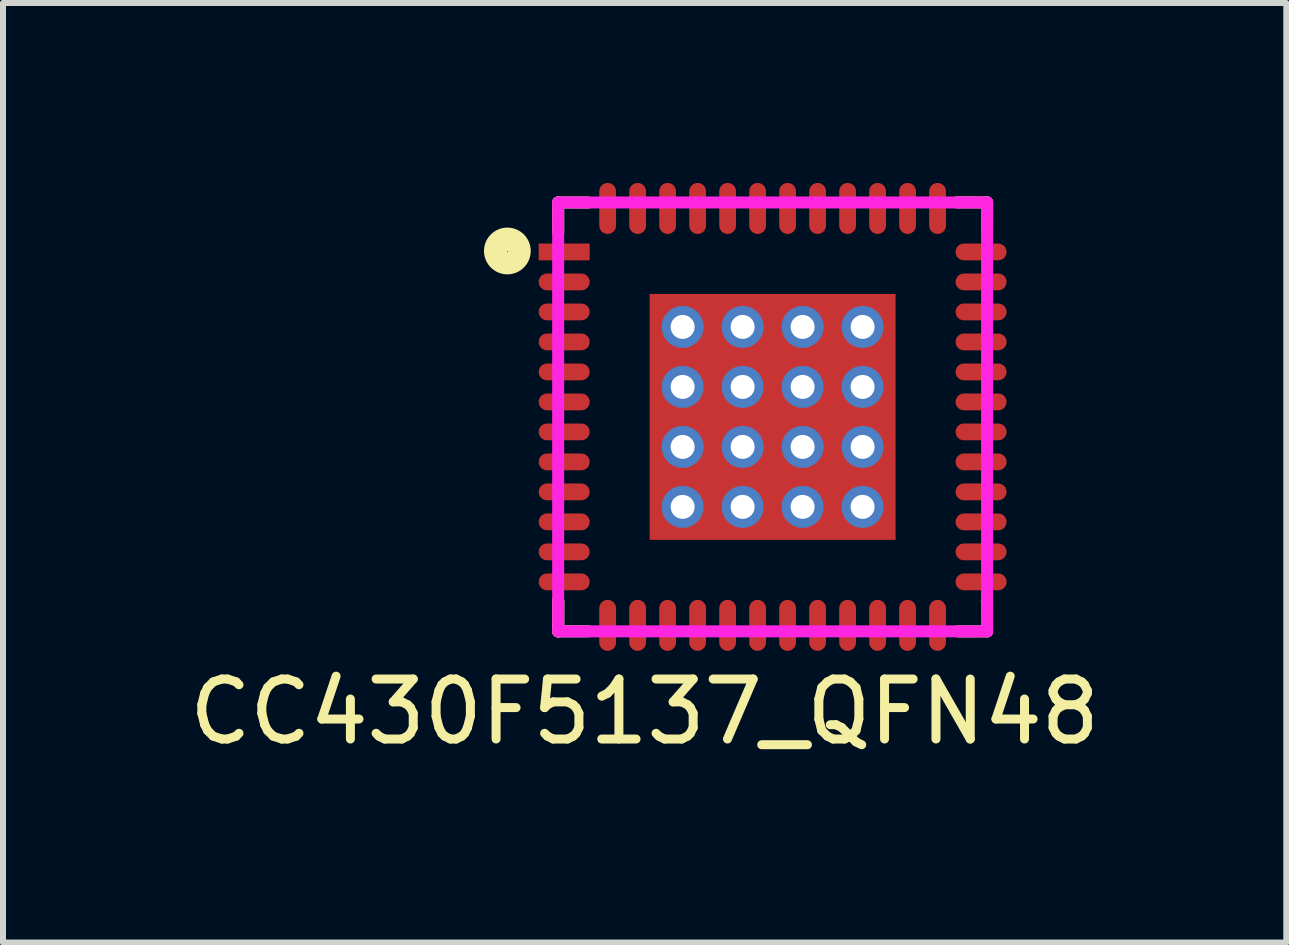
<source format=kicad_pcb>
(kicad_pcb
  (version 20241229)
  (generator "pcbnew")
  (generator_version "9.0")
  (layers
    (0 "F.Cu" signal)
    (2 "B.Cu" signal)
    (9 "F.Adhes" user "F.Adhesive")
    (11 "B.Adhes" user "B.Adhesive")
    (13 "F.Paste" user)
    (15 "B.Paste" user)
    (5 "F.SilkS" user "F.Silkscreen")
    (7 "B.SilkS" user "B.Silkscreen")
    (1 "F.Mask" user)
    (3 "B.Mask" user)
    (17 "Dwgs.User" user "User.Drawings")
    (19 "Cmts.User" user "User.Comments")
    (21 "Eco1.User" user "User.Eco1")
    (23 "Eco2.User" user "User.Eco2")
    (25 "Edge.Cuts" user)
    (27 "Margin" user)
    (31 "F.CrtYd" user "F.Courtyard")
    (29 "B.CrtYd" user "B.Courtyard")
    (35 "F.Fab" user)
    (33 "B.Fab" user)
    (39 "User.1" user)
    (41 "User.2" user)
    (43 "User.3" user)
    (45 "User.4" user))
  (footprint "CC430F5137_QFN48"
    (layer "F.Cu")
    (at 9.83 3.9)
    (property "Reference" "CC430F5137_QFN48" (at -2.134 4.915 0) (layer "F.SilkS") (effects (font (size 1 1) (thickness 0.15))))
    (attr through_hole)
    (fp_line (start -3.575 -3.575) (end -3.574 -3.081) (stroke (width 0.2) (type solid)) (layer "F.SilkS"))
    (fp_line (start -3.575 -3.575) (end -3.071 -3.574) (stroke (width 0.2) (type solid)) (layer "F.SilkS"))
    (fp_line (start -3.575 3.575) (end -3.574 3.066) (stroke (width 0.2) (type solid)) (layer "F.SilkS"))
    (fp_line (start -3.575 3.575) (end -3.068 3.574) (stroke (width 0.2) (type solid)) (layer "F.SilkS"))
    (fp_line (start -3.574 3.066) (end -3.575 3.575) (stroke (width 0.2) (type solid)) (layer "F.SilkS"))
    (fp_line (start 3.574 -3.091) (end 3.575 -3.575) (stroke (width 0.2) (type solid)) (layer "F.SilkS"))
    (fp_line (start 3.574 3.071) (end 3.571 3.068) (stroke (width 0.2) (type solid)) (layer "F.SilkS"))
    (fp_line (start 3.575 -3.575) (end 3.073 -3.576) (stroke (width 0.2) (type solid)) (layer "F.SilkS"))
    (fp_line (start 3.575 -3.575) (end 3.574 -3.091) (stroke (width 0.2) (type solid)) (layer "F.SilkS"))
    (fp_line (start 3.575 3.575) (end 3.091 3.576) (stroke (width 0.2) (type solid)) (layer "F.SilkS"))
    (fp_line (start 3.575 3.575) (end 3.574 3.071) (stroke (width 0.2) (type solid)) (layer "F.SilkS"))
    (fp_circle (center -4.422 -2.766) (end -4.148 -2.672) (stroke (width 0.2) (type solid)) (fill no) (layer "F.SilkS"))
    (fp_circle (center -4.422 -2.756) (end -4.305 -2.743) (stroke (width 0.2) (type solid)) (fill no) (layer "F.SilkS"))
    (fp_circle (center -4.42 -2.756) (end -4.415 -2.751) (stroke (width 0.2) (type solid)) (fill no) (layer "F.SilkS"))
    (fp_line (start -3.575 -3.575) (end 3.575 -3.575) (stroke (width 0.2) (type solid)) (layer "F.CrtYd"))
    (fp_line (start -3.575 3.575) (end -3.575 -3.575) (stroke (width 0.2) (type solid)) (layer "F.CrtYd"))
    (fp_line (start 3.575 -3.575) (end 3.575 3.575) (stroke (width 0.2) (type solid)) (layer "F.CrtYd"))
    (fp_line (start 3.575 3.575) (end -3.575 3.575) (stroke (width 0.2) (type solid)) (layer "F.CrtYd"))
    (pad "1" smd rect (at -3.475 -2.75) (size 0.85 0.28) (layers "F.Cu" "F.Mask" "F.Paste"))
    (pad "2" smd oval (at -3.475 -2.25) (size 0.85 0.28) (layers "F.Cu" "F.Mask" "F.Paste"))
    (pad "3" smd oval (at -3.475 -1.75) (size 0.85 0.28) (layers "F.Cu" "F.Mask" "F.Paste"))
    (pad "4" smd oval (at -3.475 -1.25) (size 0.85 0.28) (layers "F.Cu" "F.Mask" "F.Paste"))
    (pad "5" smd oval (at -3.475 -0.75) (size 0.85 0.28) (layers "F.Cu" "F.Mask" "F.Paste"))
    (pad "6" smd oval (at -3.475 -0.25) (size 0.85 0.28) (layers "F.Cu" "F.Mask" "F.Paste"))
    (pad "7" smd oval (at -3.475 0.25) (size 0.85 0.28) (layers "F.Cu" "F.Mask" "F.Paste"))
    (pad "8" smd oval (at -3.475 0.75) (size 0.85 0.28) (layers "F.Cu" "F.Mask" "F.Paste"))
    (pad "9" smd oval (at -3.475 1.25) (size 0.85 0.28) (layers "F.Cu" "F.Mask" "F.Paste"))
    (pad "10" smd oval (at -3.475 1.75) (size 0.85 0.28) (layers "F.Cu" "F.Mask" "F.Paste"))
    (pad "11" smd oval (at -3.475 2.25) (size 0.85 0.28) (layers "F.Cu" "F.Mask" "F.Paste"))
    (pad "12" smd oval (at -3.475 2.75) (size 0.85 0.28) (layers "F.Cu" "F.Mask" "F.Paste"))
    (pad "13" smd oval (at -2.75 3.475) (size 0.28 0.85) (layers "F.Cu" "F.Mask" "F.Paste"))
    (pad "14" smd oval (at -2.25 3.475) (size 0.28 0.85) (layers "F.Cu" "F.Mask" "F.Paste"))
    (pad "15" smd oval (at -1.75 3.475) (size 0.28 0.85) (layers "F.Cu" "F.Mask" "F.Paste"))
    (pad "16" smd oval (at -1.25 3.475) (size 0.28 0.85) (layers "F.Cu" "F.Mask" "F.Paste"))
    (pad "17" smd oval (at -0.75 3.475) (size 0.28 0.85) (layers "F.Cu" "F.Mask" "F.Paste"))
    (pad "18" smd oval (at -0.25 3.475) (size 0.28 0.85) (layers "F.Cu" "F.Mask" "F.Paste"))
    (pad "19" smd oval (at 0.25 3.475) (size 0.28 0.85) (layers "F.Cu" "F.Mask" "F.Paste"))
    (pad "20" smd oval (at 0.75 3.475) (size 0.28 0.85) (layers "F.Cu" "F.Mask" "F.Paste"))
    (pad "21" smd oval (at 1.25 3.475) (size 0.28 0.85) (layers "F.Cu" "F.Mask" "F.Paste"))
    (pad "22" smd oval (at 1.75 3.475) (size 0.28 0.85) (layers "F.Cu" "F.Mask" "F.Paste"))
    (pad "23" smd oval (at 2.25 3.475) (size 0.28 0.85) (layers "F.Cu" "F.Mask" "F.Paste"))
    (pad "24" smd oval (at 2.75 3.475) (size 0.28 0.85) (layers "F.Cu" "F.Mask" "F.Paste"))
    (pad "25" smd oval (at 3.475 2.75) (size 0.85 0.28) (layers "F.Cu" "F.Mask" "F.Paste"))
    (pad "26" smd oval (at 3.475 2.25) (size 0.85 0.28) (layers "F.Cu" "F.Mask" "F.Paste"))
    (pad "27" smd oval (at 3.475 1.75) (size 0.85 0.28) (layers "F.Cu" "F.Mask" "F.Paste"))
    (pad "28" smd oval (at 3.475 1.25) (size 0.85 0.28) (layers "F.Cu" "F.Mask" "F.Paste"))
    (pad "29" smd oval (at 3.475 0.75) (size 0.85 0.28) (layers "F.Cu" "F.Mask" "F.Paste"))
    (pad "30" smd oval (at 3.475 0.25) (size 0.85 0.28) (layers "F.Cu" "F.Mask" "F.Paste"))
    (pad "31" smd oval (at 3.475 -0.25) (size 0.85 0.28) (layers "F.Cu" "F.Mask" "F.Paste"))
    (pad "32" smd oval (at 3.475 -0.75) (size 0.85 0.28) (layers "F.Cu" "F.Mask" "F.Paste"))
    (pad "33" smd oval (at 3.475 -1.25) (size 0.85 0.28) (layers "F.Cu" "F.Mask" "F.Paste"))
    (pad "34" smd oval (at 3.475 -1.75) (size 0.85 0.28) (layers "F.Cu" "F.Mask" "F.Paste"))
    (pad "35" smd oval (at 3.475 -2.25) (size 0.85 0.28) (layers "F.Cu" "F.Mask" "F.Paste"))
    (pad "36" smd oval (at 3.475 -2.75) (size 0.85 0.28) (layers "F.Cu" "F.Mask" "F.Paste"))
    (pad "37" smd oval (at 2.75 -3.475) (size 0.28 0.85) (layers "F.Cu" "F.Mask" "F.Paste"))
    (pad "38" smd oval (at 2.25 -3.475) (size 0.28 0.85) (layers "F.Cu" "F.Mask" "F.Paste"))
    (pad "39" smd oval (at 1.75 -3.475) (size 0.28 0.85) (layers "F.Cu" "F.Mask" "F.Paste"))
    (pad "40" smd oval (at 1.25 -3.475) (size 0.28 0.85) (layers "F.Cu" "F.Mask" "F.Paste"))
    (pad "41" smd oval (at 0.75 -3.475) (size 0.28 0.85) (layers "F.Cu" "F.Mask" "F.Paste"))
    (pad "42" smd oval (at 0.25 -3.475) (size 0.28 0.85) (layers "F.Cu" "F.Mask" "F.Paste"))
    (pad "43" smd oval (at -0.25 -3.475) (size 0.28 0.85) (layers "F.Cu" "F.Mask" "F.Paste"))
    (pad "44" smd oval (at -0.75 -3.475) (size 0.28 0.85) (layers "F.Cu" "F.Mask" "F.Paste"))
    (pad "45" smd oval (at -1.25 -3.475) (size 0.28 0.85) (layers "F.Cu" "F.Mask" "F.Paste"))
    (pad "46" smd oval (at -1.75 -3.475) (size 0.28 0.85) (layers "F.Cu" "F.Mask" "F.Paste"))
    (pad "47" smd oval (at -2.25 -3.475) (size 0.28 0.85) (layers "F.Cu" "F.Mask" "F.Paste"))
    (pad "48" smd oval (at -2.75 -3.475) (size 0.28 0.85) (layers "F.Cu" "F.Mask" "F.Paste"))
    (pad "EPAD" thru_hole circle (at -1.5 -1.5) (size 0.7 0.7) (drill 0.4) (layers "*.Cu"))
    (pad "EPAD" thru_hole circle (at -1.5 -0.5) (size 0.7 0.7) (drill 0.4) (layers "*.Cu"))
    (pad "EPAD" thru_hole circle (at -1.5 0.5) (size 0.7 0.7) (drill 0.4) (layers "*.Cu"))
    (pad "EPAD" thru_hole circle (at -1.5 1.5) (size 0.7 0.7) (drill 0.4) (layers "*.Cu"))
    (pad "EPAD" thru_hole circle (at -0.5 -1.5) (size 0.7 0.7) (drill 0.4) (layers "*.Cu"))
    (pad "EPAD" thru_hole circle (at -0.5 -0.5) (size 0.7 0.7) (drill 0.4) (layers "*.Cu"))
    (pad "EPAD" thru_hole circle (at -0.5 0.5) (size 0.7 0.7) (drill 0.4) (layers "*.Cu"))
    (pad "EPAD" thru_hole circle (at -0.5 1.5) (size 0.7 0.7) (drill 0.4) (layers "*.Cu"))
    (pad "EPAD" smd rect (at 0 0) (size 4.1 4.1) (layers "F.Cu" "F.Mask" "F.Paste"))
    (pad "EPAD" thru_hole circle (at 0.5 -1.5) (size 0.7 0.7) (drill 0.4) (layers "*.Cu"))
    (pad "EPAD" thru_hole circle (at 0.5 -0.5) (size 0.7 0.7) (drill 0.4) (layers "*.Cu"))
    (pad "EPAD" thru_hole circle (at 0.5 0.5) (size 0.7 0.7) (drill 0.4) (layers "*.Cu"))
    (pad "EPAD" thru_hole circle (at 0.5 1.5) (size 0.7 0.7) (drill 0.4) (layers "*.Cu"))
    (pad "EPAD" thru_hole circle (at 1.5 -1.5) (size 0.7 0.7) (drill 0.4) (layers "*.Cu"))
    (pad "EPAD" thru_hole circle (at 1.5 -0.5) (size 0.7 0.7) (drill 0.4) (layers "*.Cu"))
    (pad "EPAD" thru_hole circle (at 1.5 0.5) (size 0.7 0.7) (drill 0.4) (layers "*.Cu"))
    (pad "EPAD" thru_hole circle (at 1.5 1.5) (size 0.7 0.7) (drill 0.4) (layers "*.Cu")))
  (gr_rect
    (start -3 -3)
    (end 18.393 12.663)
    (stroke (width 0.1) (type default))
    (fill no)
    (layer "Edge.Cuts")))
</source>
